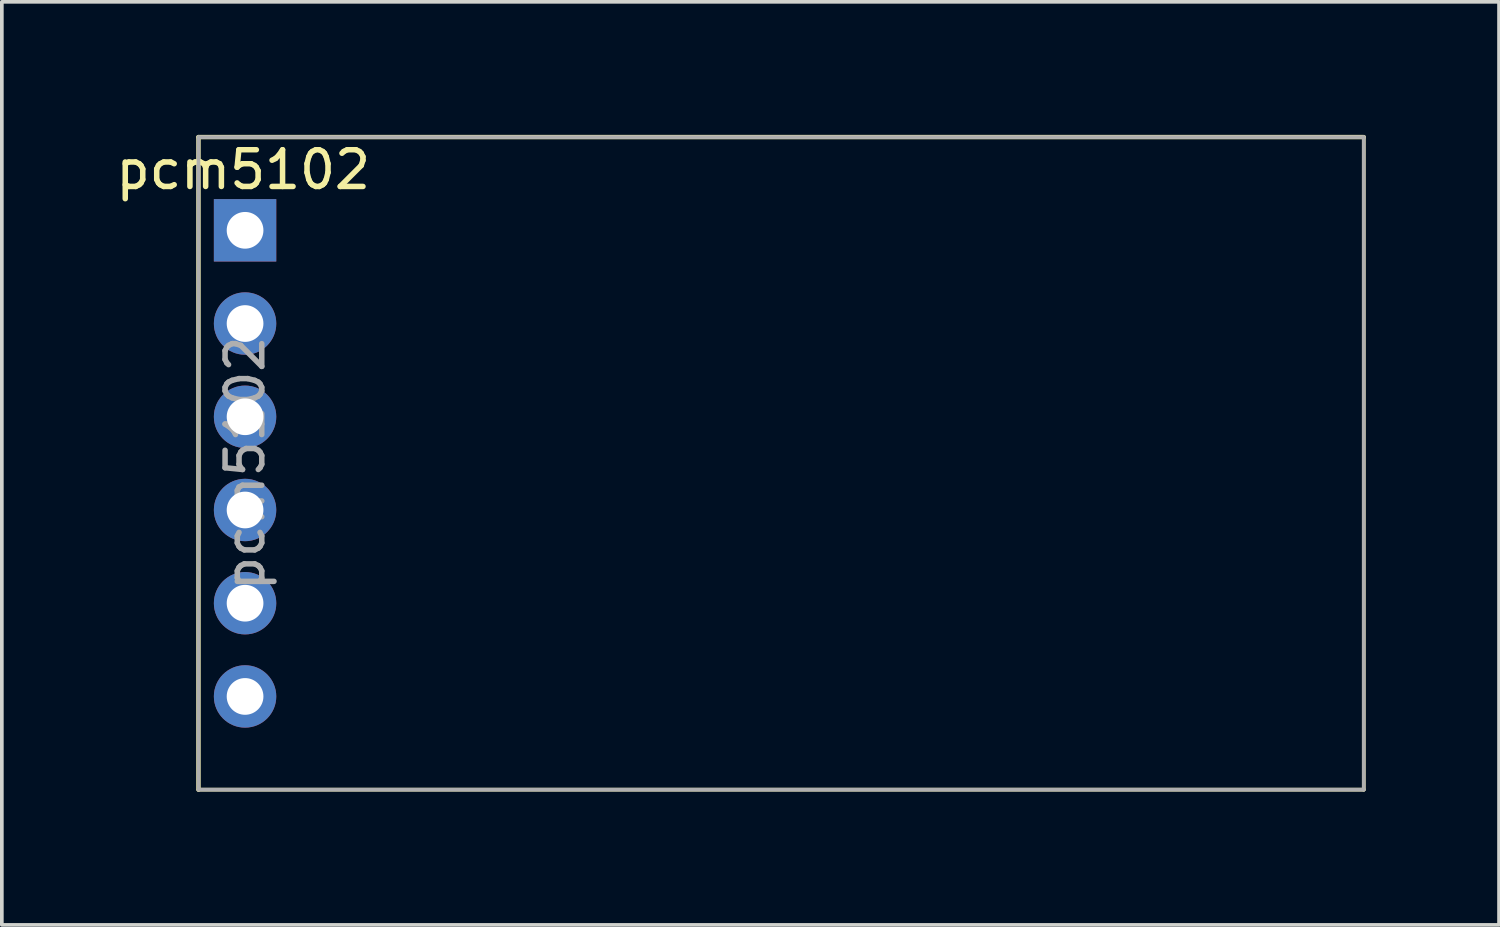
<source format=kicad_pcb>
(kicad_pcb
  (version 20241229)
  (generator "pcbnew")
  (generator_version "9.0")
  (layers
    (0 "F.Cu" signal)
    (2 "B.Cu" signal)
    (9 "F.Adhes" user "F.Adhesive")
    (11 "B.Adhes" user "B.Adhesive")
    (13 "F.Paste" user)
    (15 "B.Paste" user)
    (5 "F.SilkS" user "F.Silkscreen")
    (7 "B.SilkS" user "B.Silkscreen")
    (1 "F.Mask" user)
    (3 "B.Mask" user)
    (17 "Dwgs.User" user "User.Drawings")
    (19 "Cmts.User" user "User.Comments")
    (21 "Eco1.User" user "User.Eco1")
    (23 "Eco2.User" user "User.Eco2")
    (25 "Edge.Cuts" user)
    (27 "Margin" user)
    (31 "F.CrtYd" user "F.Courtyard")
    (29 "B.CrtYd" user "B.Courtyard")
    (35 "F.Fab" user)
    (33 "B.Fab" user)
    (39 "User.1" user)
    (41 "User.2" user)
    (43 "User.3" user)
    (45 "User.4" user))
  (footprint "pcm5102"
    (layer "F.Cu")
    (at 3.627 3.225)
    (property "Reference" "pcm5102" (at -0.05 -1.65 180) (layer "F.SilkS") (effects (font (size 1 1) (thickness 0.15))))
    (attr through_hole)
    (fp_line (start -1.27 -2.54) (end -1.27 15.24) (stroke (width 0.12) (type solid)) (layer "F.SilkS"))
    (fp_line (start -1.27 15.24) (end 30.48 15.24) (stroke (width 0.1) (type default)) (layer "F.SilkS"))
    (fp_line (start 30.48 -2.54) (end -1.27 -2.54) (stroke (width 0.12) (type solid)) (layer "F.SilkS"))
    (fp_line (start 30.48 15.24) (end 30.48 -2.54) (stroke (width 0.1) (type default)) (layer "F.SilkS"))
    (fp_line (start -1.905 -3.175) (end -1.905 15.875) (stroke (width 0.1) (type default)) (layer "Margin"))
    (fp_line (start -1.905 15.875) (end 31.115 15.875) (stroke (width 0.1) (type default)) (layer "Margin"))
    (fp_line (start 31.115 -3.175) (end -1.905 -3.175) (stroke (width 0.1) (type default)) (layer "Margin"))
    (fp_line (start 31.115 15.875) (end 31.115 -3.175) (stroke (width 0.1) (type default)) (layer "Margin"))
    (fp_line (start -1.27 -2.54) (end 30.48 -2.54) (stroke (width 0.1) (type default)) (layer "F.Fab"))
    (fp_line (start -1.27 15.24) (end -1.27 -2.54) (stroke (width 0.1) (type default)) (layer "F.Fab"))
    (fp_line (start -1.27 15.24) (end 30.48 15.24) (stroke (width 0.1) (type default)) (layer "F.Fab"))
    (fp_line (start 30.48 -2.54) (end 30.48 15.24) (stroke (width 0.1) (type default)) (layer "F.Fab"))
    (fp_text user "${REFERENCE}" (at 0 6.35 270) (layer "F.Fab") (effects (font (size 1 1) (thickness 0.15))))
    (pad "1" thru_hole rect (at 0 0) (size 1.7 1.7) (drill 1) (layers "*.Cu" "*.Mask"))
    (pad "2" thru_hole oval (at 0 2.54) (size 1.7 1.7) (drill 1) (layers "*.Cu" "*.Mask"))
    (pad "3" thru_hole oval (at 0 5.08) (size 1.7 1.7) (drill 1) (layers "*.Cu" "*.Mask"))
    (pad "4" thru_hole oval (at 0 7.62) (size 1.7 1.7) (drill 1) (layers "*.Cu" "*.Mask"))
    (pad "5" thru_hole oval (at 0 10.16) (size 1.7 1.7) (drill 1) (layers "*.Cu" "*.Mask"))
    (pad "6" thru_hole oval (at 0 12.7) (size 1.7 1.7) (drill 1) (layers "*.Cu" "*.Mask")))
  (gr_rect
    (start -3 -3)
    (end 37.792 22.15)
    (stroke (width 0.1) (type default))
    (fill no)
    (layer "Edge.Cuts")))
</source>
